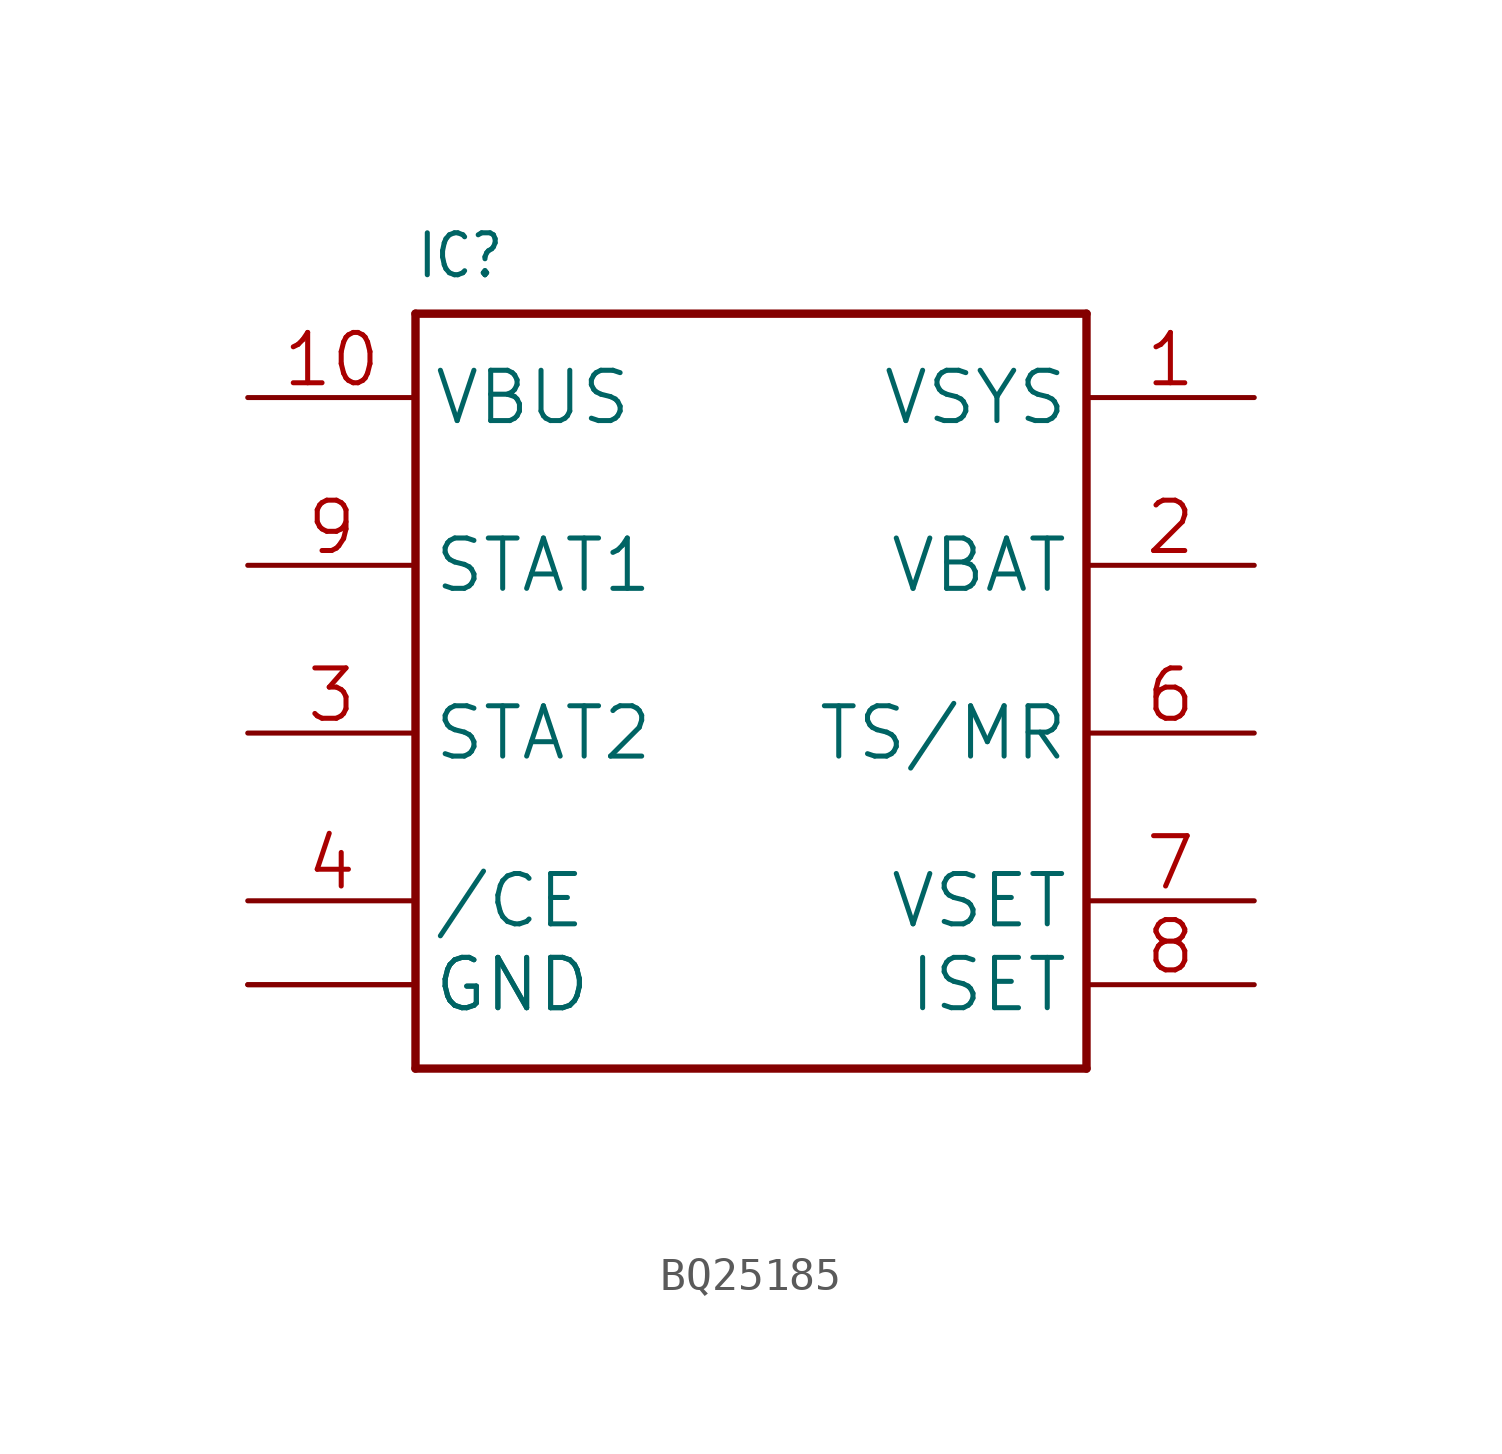
<source format=kicad_sym>
(kicad_symbol_lib
  (version 20241209)
  (generator "kicad_symbol_editor")
  (generator_version "9.0")
  (symbol "BQ25185"
    (property "Reference" "IC"
      (at -10.16 11.176 0)
      (effects (font (size 1.27 1.079)) (justify left bottom)))
    (property "Value" ""
      (at -10.16 -15.24 0)
      (effects (font (size 1.27 1.079)) (justify left bottom)))
    (property "ki_locked" ""
      (at 0 0 0)
      (effects (font (size 1.27 1.27))))
    (symbol "BQ25185_1_0"
      (polyline (pts (xy -10.16 10.16) (xy 10.16 10.16)) (stroke (width 0.254) (type solid)) (fill (type none)))
      (polyline (pts (xy -10.16 -12.7) (xy -10.16 10.16)) (stroke (width 0.254) (type solid)) (fill (type none)))
      (polyline (pts (xy 10.16 10.16) (xy 10.16 -12.7)) (stroke (width 0.254) (type solid)) (fill (type none)))
      (polyline (pts (xy 10.16 -12.7) (xy -10.16 -12.7)) (stroke (width 0.254) (type solid)) (fill (type none)))
      (pin power_in line (at -15.24 7.62 0) (length 5.08) (name "VBUS" (effects (font (size 1.524 1.524)))) (number "10" (effects (font (size 1.524 1.524)))))
      (pin bidirectional line (at -15.24 2.54 0) (length 5.08) (name "STAT1" (effects (font (size 1.524 1.524)))) (number "9" (effects (font (size 1.524 1.524)))))
      (pin bidirectional line (at -15.24 -2.54 0) (length 5.08) (name "STAT2" (effects (font (size 1.524 1.524)))) (number "3" (effects (font (size 1.524 1.524)))))
      (pin input line (at -15.24 -7.62 0) (length 5.08) (name "/CE" (effects (font (size 1.524 1.524)))) (number "4" (effects (font (size 1.524 1.524)))))
      (pin bidirectional line (at -15.24 -10.16 0) (length 5.08) (name "GND" (effects (font (size 1.524 1.524)))) (number "5" (effects (font (size 0 0)))))
      (pin bidirectional line (at -15.24 -10.16 0) (length 5.08) (name "GND" (effects (font (size 1.524 1.524)))) (number "PAD" (effects (font (size 0 0)))))
      (pin power_in line (at 15.24 7.62 180) (length 5.08) (name "VSYS" (effects (font (size 1.524 1.524)))) (number "1" (effects (font (size 1.524 1.524)))))
      (pin input line (at 15.24 2.54 180) (length 5.08) (name "VBAT" (effects (font (size 1.524 1.524)))) (number "2" (effects (font (size 1.524 1.524)))))
      (pin bidirectional line (at 15.24 -2.54 180) (length 5.08) (name "TS/MR" (effects (font (size 1.524 1.524)))) (number "6" (effects (font (size 1.524 1.524)))))
      (pin bidirectional line (at 15.24 -7.62 180) (length 5.08) (name "VSET" (effects (font (size 1.524 1.524)))) (number "7" (effects (font (size 1.524 1.524)))))
      (pin bidirectional line (at 15.24 -10.16 180) (length 5.08) (name "ISET" (effects (font (size 1.524 1.524)))) (number "8" (effects (font (size 1.524 1.524))))))))
</source>
